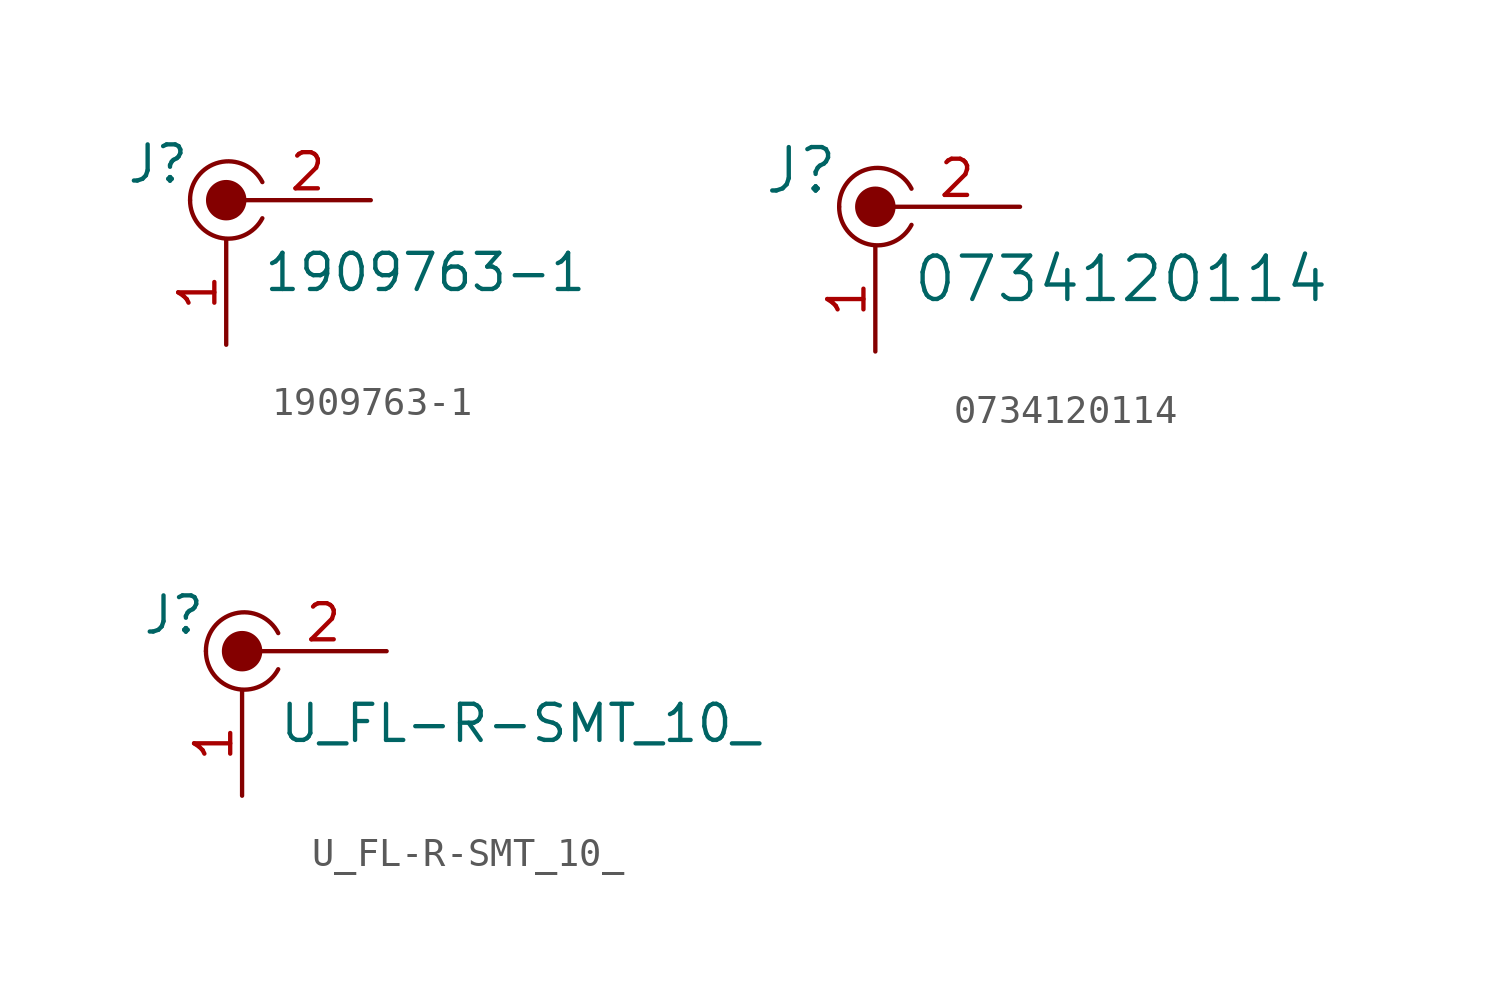
<source format=kicad_sym>
(kicad_symbol_lib
  (version 20231120)
  (generator "kicad_symbol_editor")
  (generator_version "8.0")
  (symbol "1909763-1"
    (pin_names
      (offset 1.016))
    (property "Reference" "J"
      (at -1.27 1.27 0)
      (effects (font (size 1.27 1.27)) (justify right)))
    (property "Value" "1909763-1"
      (at 1.27 -2.54 0)
      (effects (font (size 1.27 1.27)) (justify left)))
    (symbol "1909763-1_1_1"
      (arc (start -1.27 0) (mid -0.2651 -1.3081) (end 1.27 -0.635) (stroke (width 0) (type solid)) (fill (type none)))
      (circle (center 0 0) (radius 0.635) (stroke (width 0) (type solid)) (fill (type outline)))
      (arc (start 1.27 0.635) (mid -0.2496 1.3256) (end -1.27 0) (stroke (width 0) (type solid)) (fill (type none)))
      (pin passive line (at 0 -5.08 90) (length 3.683) (name "~" (effects (font (size 1.27 1.27)))) (number "1" (effects (font (size 1.27 1.27)))))
      (pin passive line (at 5.08 0 180) (length 4.445) (name "~" (effects (font (size 1.27 1.27)))) (number "2" (effects (font (size 1.27 1.27)))))))
  (symbol "0734120114"
    (pin_names
      (offset 1.016))
    (property "Reference" "J"
      (at -1.27 1.27 0)
      (effects (font (size 1.524 1.524)) (justify right)))
    (property "Value" "0734120114"
      (at 1.27 -2.54 0)
      (effects (font (size 1.524 1.524)) (justify left)))
    (symbol "0734120114_0_1"
      (arc (start -1.27 0) (mid -0.2651 -1.3081) (end 1.27 -0.635) (stroke (width 0) (type solid)) (fill (type none)))
      (circle (center 0 0) (radius 0.635) (stroke (width 0) (type solid)) (fill (type outline)))
      (arc (start 1.27 0.635) (mid -0.2496 1.3256) (end -1.27 0) (stroke (width 0) (type solid)) (fill (type none))))
    (symbol "0734120114_1_1"
      (pin passive line (at 0 -5.08 90) (length 3.683) (name "~" (effects (font (size 1.27 1.27)))) (number "1" (effects (font (size 1.27 1.27)))))
      (pin passive line (at 5.08 0 180) (length 4.445) (name "~" (effects (font (size 1.27 1.27)))) (number "2" (effects (font (size 1.27 1.27)))))))
  (symbol "U_FL-R-SMT_10_"
    (pin_names
      (offset 1.016))
    (property "Reference" "J"
      (at -1.27 1.27 0)
      (effects (font (size 1.27 1.27)) (justify right)))
    (property "Value" "U_FL-R-SMT_10_"
      (at 1.27 -2.54 0)
      (effects (font (size 1.27 1.27)) (justify left)))
    (symbol "U_FL-R-SMT_10__1_1"
      (arc (start -1.27 0) (mid -0.2651 -1.3081) (end 1.27 -0.635) (stroke (width 0) (type solid)) (fill (type none)))
      (circle (center 0 0) (radius 0.635) (stroke (width 0) (type solid)) (fill (type outline)))
      (arc (start 1.27 0.635) (mid -0.2496 1.3256) (end -1.27 0) (stroke (width 0) (type solid)) (fill (type none)))
      (pin passive line (at 0 -5.08 90) (length 3.683) (name "~" (effects (font (size 1.27 1.27)))) (number "1" (effects (font (size 1.27 1.27)))))
      (pin passive line (at 5.08 0 180) (length 4.445) (name "~" (effects (font (size 1.27 1.27)))) (number "2" (effects (font (size 1.27 1.27))))))))
</source>
